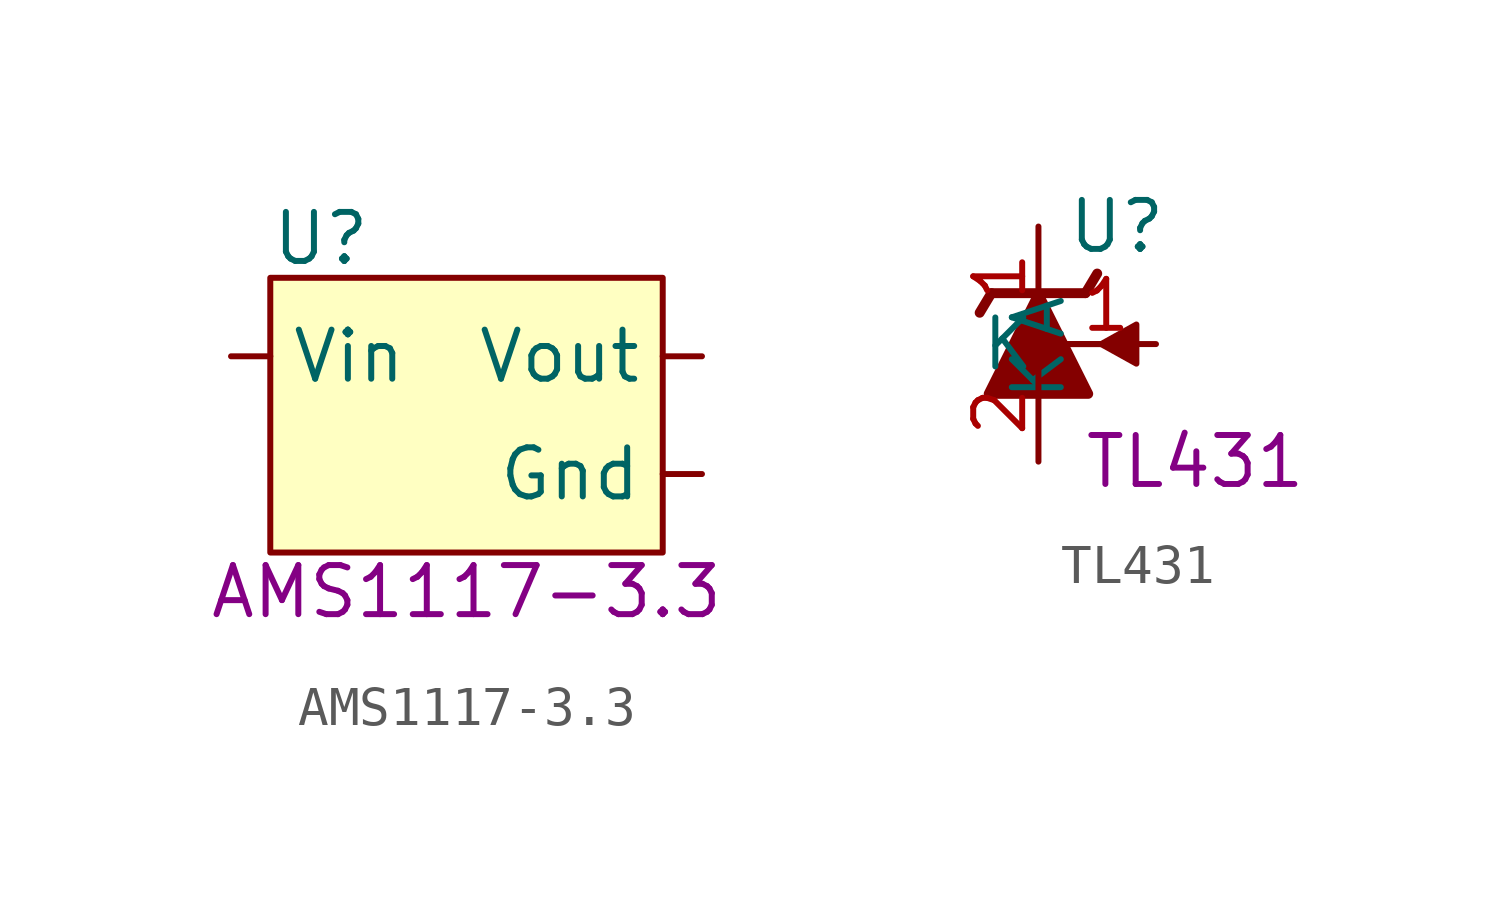
<source format=kicad_sym>
(kicad_symbol_lib
  (version 20231120)
  (generator "kicad_symbol_editor")
  (generator_version "8.0")
  (symbol "AMS1117-3.3"
    (pin_numbers hide)
    (property "Reference" "U"
      (at 1 3 0)
      (do_not_autoplace)
      (effects (font (size 1.25 1.25)) (justify left)))
    (property "Part#" "AMS1117-3.3"
      (at 6 -6 0)
      (do_not_autoplace)
      (effects (font (size 1.25 1.25))))
    (property "Comments" ""
      (at 0 0 0)
      (effects (font (size 1.25 1.25))))
    (symbol "AMS1117-3.3_1_1"
      (rectangle (start 1 2) (end 11 -5) (stroke (width 0) (type default)) (fill (type background)))
      (pin passive line (at 12 -3 180) (length 1) (name "Gnd" (effects (font (size 1.25 1.25)))) (number "Gnd" (effects (font (size 1.25 1.25)))))
      (pin power_in line (at 0 0 0) (length 1) (name "Vin" (effects (font (size 1.25 1.25)))) (number "Vin" (effects (font (size 1.25 1.25)))))
      (pin power_out line (at 12 0 180) (length 1) (name "Vout" (effects (font (size 1.25 1.25)))) (number "Vout" (effects (font (size 1.25 1.25)))))))
  (symbol "TL431"
    (property "Reference" "U"
      (at 2 0 0)
      (do_not_autoplace)
      (effects (font (size 1.25 1.25))))
    (property "PART#" "TL431"
      (at 4 -6 0)
      (do_not_autoplace)
      (effects (font (size 1.25 1.25))))
    (symbol "TL431_0_1"
      (polyline (pts (xy -1.5 -2.2) (xy -1.2 -1.7)) (stroke (width 0.254) (type default)) (fill (type none)))
      (polyline (pts (xy -1.2 -1.7) (xy 1.2 -1.7)) (stroke (width 0.254) (type default)) (fill (type none)))
      (polyline (pts (xy 0 -4.27) (xy 0 -1.73)) (stroke (width 0) (type default)) (fill (type none)))
      (polyline (pts (xy 0 -3) (xy 2.5 -3)) (stroke (width 0) (type default)) (fill (type none)))
      (polyline (pts (xy 1.2 -1.7) (xy 1.5 -1.2)) (stroke (width 0.254) (type default)) (fill (type none)))
      (polyline (pts (xy -1.27 -4.27) (xy 1.27 -4.27) (xy 0 -1.73) (xy -1.27 -4.27)) (stroke (width 0.254) (type default)) (fill (type outline))))
    (symbol "TL431_1_1"
      (polyline (pts (xy 1.6 -3) (xy 2.5 -2.5) (xy 2.5 -3.5) (xy 1.6 -3)) (stroke (width 0) (type default)) (fill (type outline)))
      (pin passive line (at 0 0 270) (length 2.54) (name "K" (effects (font (size 1.25 1.25)))) (number "1" (effects (font (size 1.25 1.25)))))
      (pin passive line (at 3 -3 180) (length 2.54) (name "K" (effects (font (size 1.25 1.25)))) (number "1" (effects (font (size 1.25 1.25)))))
      (pin passive line (at 0 -6 90) (length 2.54) (name "A" (effects (font (size 1.25 1.25)))) (number "2" (effects (font (size 1.25 1.25))))))))
</source>
